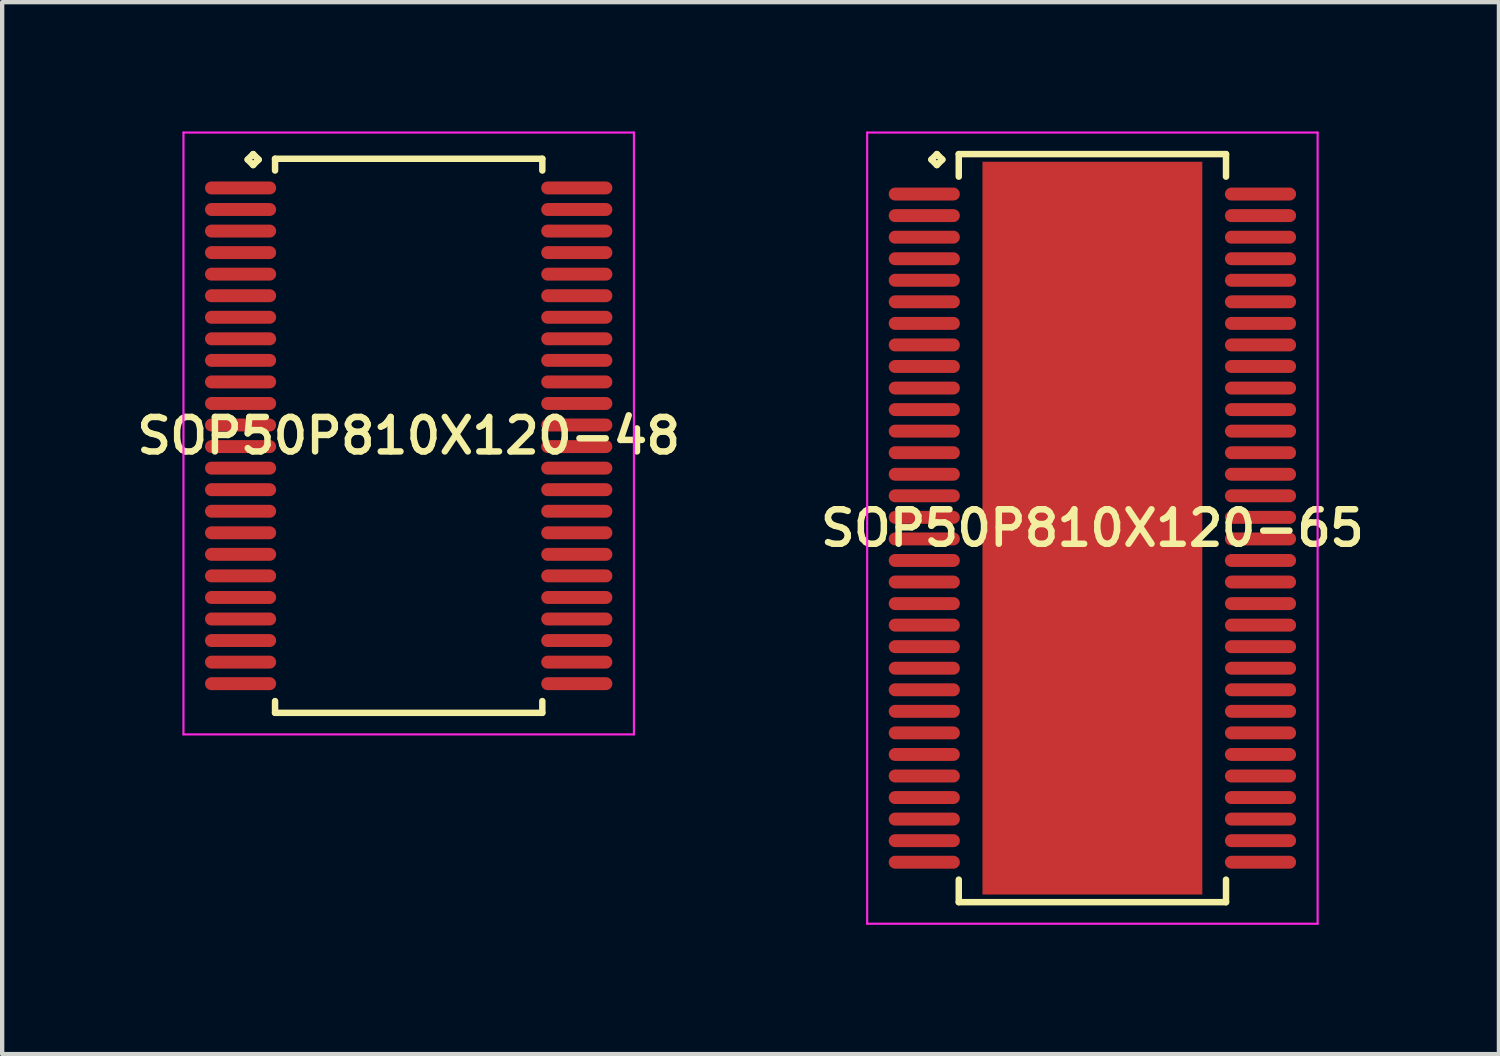
<source format=kicad_pcb>
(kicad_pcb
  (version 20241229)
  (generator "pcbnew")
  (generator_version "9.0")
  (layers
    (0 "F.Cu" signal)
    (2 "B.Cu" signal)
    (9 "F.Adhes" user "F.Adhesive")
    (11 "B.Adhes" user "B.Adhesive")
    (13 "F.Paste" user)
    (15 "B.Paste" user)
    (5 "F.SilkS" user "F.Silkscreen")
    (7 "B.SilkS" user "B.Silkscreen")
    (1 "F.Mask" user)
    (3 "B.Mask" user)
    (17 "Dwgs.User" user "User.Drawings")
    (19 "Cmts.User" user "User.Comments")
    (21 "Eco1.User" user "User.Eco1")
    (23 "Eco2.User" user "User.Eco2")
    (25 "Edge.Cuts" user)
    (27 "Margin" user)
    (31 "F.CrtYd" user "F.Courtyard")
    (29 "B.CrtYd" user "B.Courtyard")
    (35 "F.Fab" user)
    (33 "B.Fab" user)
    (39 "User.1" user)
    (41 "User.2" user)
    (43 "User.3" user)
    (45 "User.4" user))
  (footprint "SOP50P810X120-48"
    (layer "F.Cu")
    (at 6.431 7.06)
    (property "Reference" "SOP50P810X120-48" (at 0 0 0) (layer "F.SilkS") (effects (font (size 0.8 0.8) (thickness 0.15))))
    (attr smd)
    (fp_line (start -3.735 -6.408) (end -3.608 -6.535) (stroke (width 0.15) (type solid)) (layer "F.SilkS"))
    (fp_line (start -3.608 -6.535) (end -3.481 -6.408) (stroke (width 0.15) (type solid)) (layer "F.SilkS"))
    (fp_line (start -3.608 -6.281) (end -3.735 -6.408) (stroke (width 0.15) (type solid)) (layer "F.SilkS"))
    (fp_line (start -3.481 -6.408) (end -3.608 -6.281) (stroke (width 0.15) (type solid)) (layer "F.SilkS"))
    (fp_line (start -3.1 -6.427) (end 3.1 -6.427) (stroke (width 0.15) (type solid)) (layer "F.SilkS"))
    (fp_line (start -3.1 -6.154) (end -3.1 -6.427) (stroke (width 0.15) (type solid)) (layer "F.SilkS"))
    (fp_line (start -3.1 6.154) (end -3.1 6.427) (stroke (width 0.15) (type solid)) (layer "F.SilkS"))
    (fp_line (start -3.1 6.427) (end 3.1 6.427) (stroke (width 0.15) (type solid)) (layer "F.SilkS"))
    (fp_line (start 3.1 -6.427) (end 3.1 -6.154) (stroke (width 0.15) (type solid)) (layer "F.SilkS"))
    (fp_line (start 3.1 6.427) (end 3.1 6.154) (stroke (width 0.15) (type solid)) (layer "F.SilkS"))
    (fp_line (start -5.225 -7.035) (end 5.225 -7.035) (stroke (width 0.05) (type solid)) (layer "F.CrtYd"))
    (fp_line (start -5.225 6.927) (end -5.225 -7.035) (stroke (width 0.05) (type solid)) (layer "F.CrtYd"))
    (fp_line (start 5.225 -7.035) (end 5.225 6.927) (stroke (width 0.05) (type solid)) (layer "F.CrtYd"))
    (fp_line (start 5.225 6.927) (end -5.225 6.927) (stroke (width 0.05) (type solid)) (layer "F.CrtYd"))
    (pad "1" smd oval (at -3.9 -5.75) (size 1.65 0.3) (layers "F.Cu" "F.Mask" "F.Paste"))
    (pad "2" smd oval (at -3.9 -5.25) (size 1.65 0.3) (layers "F.Cu" "F.Mask" "F.Paste"))
    (pad "3" smd oval (at -3.9 -4.75) (size 1.65 0.3) (layers "F.Cu" "F.Mask" "F.Paste"))
    (pad "4" smd oval (at -3.9 -4.25) (size 1.65 0.3) (layers "F.Cu" "F.Mask" "F.Paste"))
    (pad "5" smd oval (at -3.9 -3.75) (size 1.65 0.3) (layers "F.Cu" "F.Mask" "F.Paste"))
    (pad "6" smd oval (at -3.9 -3.25) (size 1.65 0.3) (layers "F.Cu" "F.Mask" "F.Paste"))
    (pad "7" smd oval (at -3.9 -2.75) (size 1.65 0.3) (layers "F.Cu" "F.Mask" "F.Paste"))
    (pad "8" smd oval (at -3.9 -2.25) (size 1.65 0.3) (layers "F.Cu" "F.Mask" "F.Paste"))
    (pad "9" smd oval (at -3.9 -1.75) (size 1.65 0.3) (layers "F.Cu" "F.Mask" "F.Paste"))
    (pad "10" smd oval (at -3.9 -1.25) (size 1.65 0.3) (layers "F.Cu" "F.Mask" "F.Paste"))
    (pad "11" smd oval (at -3.9 -0.75) (size 1.65 0.3) (layers "F.Cu" "F.Mask" "F.Paste"))
    (pad "12" smd oval (at -3.9 -0.25) (size 1.65 0.3) (layers "F.Cu" "F.Mask" "F.Paste"))
    (pad "13" smd oval (at -3.9 0.25) (size 1.65 0.3) (layers "F.Cu" "F.Mask" "F.Paste"))
    (pad "14" smd oval (at -3.9 0.75) (size 1.65 0.3) (layers "F.Cu" "F.Mask" "F.Paste"))
    (pad "15" smd oval (at -3.9 1.25) (size 1.65 0.3) (layers "F.Cu" "F.Mask" "F.Paste"))
    (pad "16" smd oval (at -3.9 1.75) (size 1.65 0.3) (layers "F.Cu" "F.Mask" "F.Paste"))
    (pad "17" smd oval (at -3.9 2.25) (size 1.65 0.3) (layers "F.Cu" "F.Mask" "F.Paste"))
    (pad "18" smd oval (at -3.9 2.75) (size 1.65 0.3) (layers "F.Cu" "F.Mask" "F.Paste"))
    (pad "19" smd oval (at -3.9 3.25) (size 1.65 0.3) (layers "F.Cu" "F.Mask" "F.Paste"))
    (pad "20" smd oval (at -3.9 3.75) (size 1.65 0.3) (layers "F.Cu" "F.Mask" "F.Paste"))
    (pad "21" smd oval (at -3.9 4.25) (size 1.65 0.3) (layers "F.Cu" "F.Mask" "F.Paste"))
    (pad "22" smd oval (at -3.9 4.75) (size 1.65 0.3) (layers "F.Cu" "F.Mask" "F.Paste"))
    (pad "23" smd oval (at -3.9 5.25) (size 1.65 0.3) (layers "F.Cu" "F.Mask" "F.Paste"))
    (pad "24" smd oval (at -3.9 5.75) (size 1.65 0.3) (layers "F.Cu" "F.Mask" "F.Paste"))
    (pad "25" smd oval (at 3.9 5.75) (size 1.65 0.3) (layers "F.Cu" "F.Mask" "F.Paste"))
    (pad "26" smd oval (at 3.9 5.25) (size 1.65 0.3) (layers "F.Cu" "F.Mask" "F.Paste"))
    (pad "27" smd oval (at 3.9 4.75) (size 1.65 0.3) (layers "F.Cu" "F.Mask" "F.Paste"))
    (pad "28" smd oval (at 3.9 4.25) (size 1.65 0.3) (layers "F.Cu" "F.Mask" "F.Paste"))
    (pad "29" smd oval (at 3.9 3.75) (size 1.65 0.3) (layers "F.Cu" "F.Mask" "F.Paste"))
    (pad "30" smd oval (at 3.9 3.25) (size 1.65 0.3) (layers "F.Cu" "F.Mask" "F.Paste"))
    (pad "31" smd oval (at 3.9 2.75) (size 1.65 0.3) (layers "F.Cu" "F.Mask" "F.Paste"))
    (pad "32" smd oval (at 3.9 2.25) (size 1.65 0.3) (layers "F.Cu" "F.Mask" "F.Paste"))
    (pad "33" smd oval (at 3.9 1.75) (size 1.65 0.3) (layers "F.Cu" "F.Mask" "F.Paste"))
    (pad "34" smd oval (at 3.9 1.25) (size 1.65 0.3) (layers "F.Cu" "F.Mask" "F.Paste"))
    (pad "35" smd oval (at 3.9 0.75) (size 1.65 0.3) (layers "F.Cu" "F.Mask" "F.Paste"))
    (pad "36" smd oval (at 3.9 0.25) (size 1.65 0.3) (layers "F.Cu" "F.Mask" "F.Paste"))
    (pad "37" smd oval (at 3.9 -0.25) (size 1.65 0.3) (layers "F.Cu" "F.Mask" "F.Paste"))
    (pad "38" smd oval (at 3.9 -0.75) (size 1.65 0.3) (layers "F.Cu" "F.Mask" "F.Paste"))
    (pad "39" smd oval (at 3.9 -1.25) (size 1.65 0.3) (layers "F.Cu" "F.Mask" "F.Paste"))
    (pad "40" smd oval (at 3.9 -1.75) (size 1.65 0.3) (layers "F.Cu" "F.Mask" "F.Paste"))
    (pad "41" smd oval (at 3.9 -2.25) (size 1.65 0.3) (layers "F.Cu" "F.Mask" "F.Paste"))
    (pad "42" smd oval (at 3.9 -2.75) (size 1.65 0.3) (layers "F.Cu" "F.Mask" "F.Paste"))
    (pad "43" smd oval (at 3.9 -3.25) (size 1.65 0.3) (layers "F.Cu" "F.Mask" "F.Paste"))
    (pad "44" smd oval (at 3.9 -3.75) (size 1.65 0.3) (layers "F.Cu" "F.Mask" "F.Paste"))
    (pad "45" smd oval (at 3.9 -4.25) (size 1.65 0.3) (layers "F.Cu" "F.Mask" "F.Paste"))
    (pad "46" smd oval (at 3.9 -4.75) (size 1.65 0.3) (layers "F.Cu" "F.Mask" "F.Paste"))
    (pad "47" smd oval (at 3.9 -5.25) (size 1.65 0.3) (layers "F.Cu" "F.Mask" "F.Paste"))
    (pad "48" smd oval (at 3.9 -5.75) (size 1.65 0.3) (layers "F.Cu" "F.Mask" "F.Paste")))
  (footprint "SOP50P810X120-65"
    (layer "F.Cu")
    (at 22.292 9.202)
    (property "Reference" "SOP50P810X120-65" (at 0 0 0) (layer "F.SilkS") (effects (font (size 0.8 0.8) (thickness 0.15))))
    (attr smd)
    (fp_line (start -3.735 -8.55) (end -3.608 -8.677) (stroke (width 0.15) (type solid)) (layer "F.SilkS"))
    (fp_line (start -3.608 -8.677) (end -3.481 -8.55) (stroke (width 0.15) (type solid)) (layer "F.SilkS"))
    (fp_line (start -3.608 -8.423) (end -3.735 -8.55) (stroke (width 0.15) (type solid)) (layer "F.SilkS"))
    (fp_line (start -3.481 -8.55) (end -3.608 -8.423) (stroke (width 0.15) (type solid)) (layer "F.SilkS"))
    (fp_line (start -3.1 -8.677) (end 3.1 -8.677) (stroke (width 0.15) (type solid)) (layer "F.SilkS"))
    (fp_line (start -3.1 -8.154) (end -3.1 -8.677) (stroke (width 0.15) (type solid)) (layer "F.SilkS"))
    (fp_line (start -3.1 8.154) (end -3.1 8.677) (stroke (width 0.15) (type solid)) (layer "F.SilkS"))
    (fp_line (start -3.1 8.677) (end 3.1 8.677) (stroke (width 0.15) (type solid)) (layer "F.SilkS"))
    (fp_line (start 3.1 -8.677) (end 3.1 -8.154) (stroke (width 0.15) (type solid)) (layer "F.SilkS"))
    (fp_line (start 3.1 8.677) (end 3.1 8.154) (stroke (width 0.15) (type solid)) (layer "F.SilkS"))
    (fp_line (start -5.225 -9.177) (end 5.225 -9.177) (stroke (width 0.05) (type solid)) (layer "F.CrtYd"))
    (fp_line (start -5.225 9.177) (end -5.225 -9.177) (stroke (width 0.05) (type solid)) (layer "F.CrtYd"))
    (fp_line (start 5.225 -9.177) (end 5.225 9.177) (stroke (width 0.05) (type solid)) (layer "F.CrtYd"))
    (fp_line (start 5.225 9.177) (end -5.225 9.177) (stroke (width 0.05) (type solid)) (layer "F.CrtYd"))
    (pad "1" smd oval (at -3.9 -7.75) (size 1.65 0.3) (layers "F.Cu" "F.Mask" "F.Paste"))
    (pad "2" smd oval (at -3.9 -7.25) (size 1.65 0.3) (layers "F.Cu" "F.Mask" "F.Paste"))
    (pad "3" smd oval (at -3.9 -6.75) (size 1.65 0.3) (layers "F.Cu" "F.Mask" "F.Paste"))
    (pad "4" smd oval (at -3.9 -6.25) (size 1.65 0.3) (layers "F.Cu" "F.Mask" "F.Paste"))
    (pad "5" smd oval (at -3.9 -5.75) (size 1.65 0.3) (layers "F.Cu" "F.Mask" "F.Paste"))
    (pad "6" smd oval (at -3.9 -5.25) (size 1.65 0.3) (layers "F.Cu" "F.Mask" "F.Paste"))
    (pad "7" smd oval (at -3.9 -4.75) (size 1.65 0.3) (layers "F.Cu" "F.Mask" "F.Paste"))
    (pad "8" smd oval (at -3.9 -4.25) (size 1.65 0.3) (layers "F.Cu" "F.Mask" "F.Paste"))
    (pad "9" smd oval (at -3.9 -3.75) (size 1.65 0.3) (layers "F.Cu" "F.Mask" "F.Paste"))
    (pad "10" smd oval (at -3.9 -3.25) (size 1.65 0.3) (layers "F.Cu" "F.Mask" "F.Paste"))
    (pad "11" smd oval (at -3.9 -2.75) (size 1.65 0.3) (layers "F.Cu" "F.Mask" "F.Paste"))
    (pad "12" smd oval (at -3.9 -2.25) (size 1.65 0.3) (layers "F.Cu" "F.Mask" "F.Paste"))
    (pad "13" smd oval (at -3.9 -1.75) (size 1.65 0.3) (layers "F.Cu" "F.Mask" "F.Paste"))
    (pad "14" smd oval (at -3.9 -1.25) (size 1.65 0.3) (layers "F.Cu" "F.Mask" "F.Paste"))
    (pad "15" smd oval (at -3.9 -0.75) (size 1.65 0.3) (layers "F.Cu" "F.Mask" "F.Paste"))
    (pad "16" smd oval (at -3.9 -0.25) (size 1.65 0.3) (layers "F.Cu" "F.Mask" "F.Paste"))
    (pad "17" smd oval (at -3.9 0.25) (size 1.65 0.3) (layers "F.Cu" "F.Mask" "F.Paste"))
    (pad "18" smd oval (at -3.9 0.75) (size 1.65 0.3) (layers "F.Cu" "F.Mask" "F.Paste"))
    (pad "19" smd oval (at -3.9 1.25) (size 1.65 0.3) (layers "F.Cu" "F.Mask" "F.Paste"))
    (pad "20" smd oval (at -3.9 1.75) (size 1.65 0.3) (layers "F.Cu" "F.Mask" "F.Paste"))
    (pad "21" smd oval (at -3.9 2.25) (size 1.65 0.3) (layers "F.Cu" "F.Mask" "F.Paste"))
    (pad "22" smd oval (at -3.9 2.75) (size 1.65 0.3) (layers "F.Cu" "F.Mask" "F.Paste"))
    (pad "23" smd oval (at -3.9 3.25) (size 1.65 0.3) (layers "F.Cu" "F.Mask" "F.Paste"))
    (pad "24" smd oval (at -3.9 3.75) (size 1.65 0.3) (layers "F.Cu" "F.Mask" "F.Paste"))
    (pad "25" smd oval (at -3.9 4.25) (size 1.65 0.3) (layers "F.Cu" "F.Mask" "F.Paste"))
    (pad "26" smd oval (at -3.9 4.75) (size 1.65 0.3) (layers "F.Cu" "F.Mask" "F.Paste"))
    (pad "27" smd oval (at -3.9 5.25) (size 1.65 0.3) (layers "F.Cu" "F.Mask" "F.Paste"))
    (pad "28" smd oval (at -3.9 5.75) (size 1.65 0.3) (layers "F.Cu" "F.Mask" "F.Paste"))
    (pad "29" smd oval (at -3.9 6.25) (size 1.65 0.3) (layers "F.Cu" "F.Mask" "F.Paste"))
    (pad "30" smd oval (at -3.9 6.75) (size 1.65 0.3) (layers "F.Cu" "F.Mask" "F.Paste"))
    (pad "31" smd oval (at -3.9 7.25) (size 1.65 0.3) (layers "F.Cu" "F.Mask" "F.Paste"))
    (pad "32" smd oval (at -3.9 7.75) (size 1.65 0.3) (layers "F.Cu" "F.Mask" "F.Paste"))
    (pad "33" smd oval (at 3.9 7.75) (size 1.65 0.3) (layers "F.Cu" "F.Mask" "F.Paste"))
    (pad "34" smd oval (at 3.9 7.25) (size 1.65 0.3) (layers "F.Cu" "F.Mask" "F.Paste"))
    (pad "35" smd oval (at 3.9 6.75) (size 1.65 0.3) (layers "F.Cu" "F.Mask" "F.Paste"))
    (pad "36" smd oval (at 3.9 6.25) (size 1.65 0.3) (layers "F.Cu" "F.Mask" "F.Paste"))
    (pad "37" smd oval (at 3.9 5.75) (size 1.65 0.3) (layers "F.Cu" "F.Mask" "F.Paste"))
    (pad "38" smd oval (at 3.9 5.25) (size 1.65 0.3) (layers "F.Cu" "F.Mask" "F.Paste"))
    (pad "39" smd oval (at 3.9 4.75) (size 1.65 0.3) (layers "F.Cu" "F.Mask" "F.Paste"))
    (pad "40" smd oval (at 3.9 4.25) (size 1.65 0.3) (layers "F.Cu" "F.Mask" "F.Paste"))
    (pad "41" smd oval (at 3.9 3.75) (size 1.65 0.3) (layers "F.Cu" "F.Mask" "F.Paste"))
    (pad "42" smd oval (at 3.9 3.25) (size 1.65 0.3) (layers "F.Cu" "F.Mask" "F.Paste"))
    (pad "43" smd oval (at 3.9 2.75) (size 1.65 0.3) (layers "F.Cu" "F.Mask" "F.Paste"))
    (pad "44" smd oval (at 3.9 2.25) (size 1.65 0.3) (layers "F.Cu" "F.Mask" "F.Paste"))
    (pad "45" smd oval (at 3.9 1.75) (size 1.65 0.3) (layers "F.Cu" "F.Mask" "F.Paste"))
    (pad "46" smd oval (at 3.9 1.25) (size 1.65 0.3) (layers "F.Cu" "F.Mask" "F.Paste"))
    (pad "47" smd oval (at 3.9 0.75) (size 1.65 0.3) (layers "F.Cu" "F.Mask" "F.Paste"))
    (pad "48" smd oval (at 3.9 0.25) (size 1.65 0.3) (layers "F.Cu" "F.Mask" "F.Paste"))
    (pad "49" smd oval (at 3.9 -0.25) (size 1.65 0.3) (layers "F.Cu" "F.Mask" "F.Paste"))
    (pad "50" smd oval (at 3.9 -0.75) (size 1.65 0.3) (layers "F.Cu" "F.Mask" "F.Paste"))
    (pad "51" smd oval (at 3.9 -1.25) (size 1.65 0.3) (layers "F.Cu" "F.Mask" "F.Paste"))
    (pad "52" smd oval (at 3.9 -1.75) (size 1.65 0.3) (layers "F.Cu" "F.Mask" "F.Paste"))
    (pad "53" smd oval (at 3.9 -2.25) (size 1.65 0.3) (layers "F.Cu" "F.Mask" "F.Paste"))
    (pad "54" smd oval (at 3.9 -2.75) (size 1.65 0.3) (layers "F.Cu" "F.Mask" "F.Paste"))
    (pad "55" smd oval (at 3.9 -3.25) (size 1.65 0.3) (layers "F.Cu" "F.Mask" "F.Paste"))
    (pad "56" smd oval (at 3.9 -3.75) (size 1.65 0.3) (layers "F.Cu" "F.Mask" "F.Paste"))
    (pad "57" smd oval (at 3.9 -4.25) (size 1.65 0.3) (layers "F.Cu" "F.Mask" "F.Paste"))
    (pad "58" smd oval (at 3.9 -4.75) (size 1.65 0.3) (layers "F.Cu" "F.Mask" "F.Paste"))
    (pad "59" smd oval (at 3.9 -5.25) (size 1.65 0.3) (layers "F.Cu" "F.Mask" "F.Paste"))
    (pad "60" smd oval (at 3.9 -5.75) (size 1.65 0.3) (layers "F.Cu" "F.Mask" "F.Paste"))
    (pad "61" smd oval (at 3.9 -6.25) (size 1.65 0.3) (layers "F.Cu" "F.Mask" "F.Paste"))
    (pad "62" smd oval (at 3.9 -6.75) (size 1.65 0.3) (layers "F.Cu" "F.Mask" "F.Paste"))
    (pad "63" smd oval (at 3.9 -7.25) (size 1.65 0.3) (layers "F.Cu" "F.Mask" "F.Paste"))
    (pad "64" smd oval (at 3.9 -7.75) (size 1.65 0.3) (layers "F.Cu" "F.Mask" "F.Paste"))
    (pad "65" smd rect (at 0 0) (size 5.1 17) (layers "F.Cu" "F.Mask" "F.Paste")))
  (gr_rect
    (start -3 -3)
    (end 31.723 21.404)
    (stroke (width 0.1) (type default))
    (fill no)
    (layer "Edge.Cuts")))
</source>
